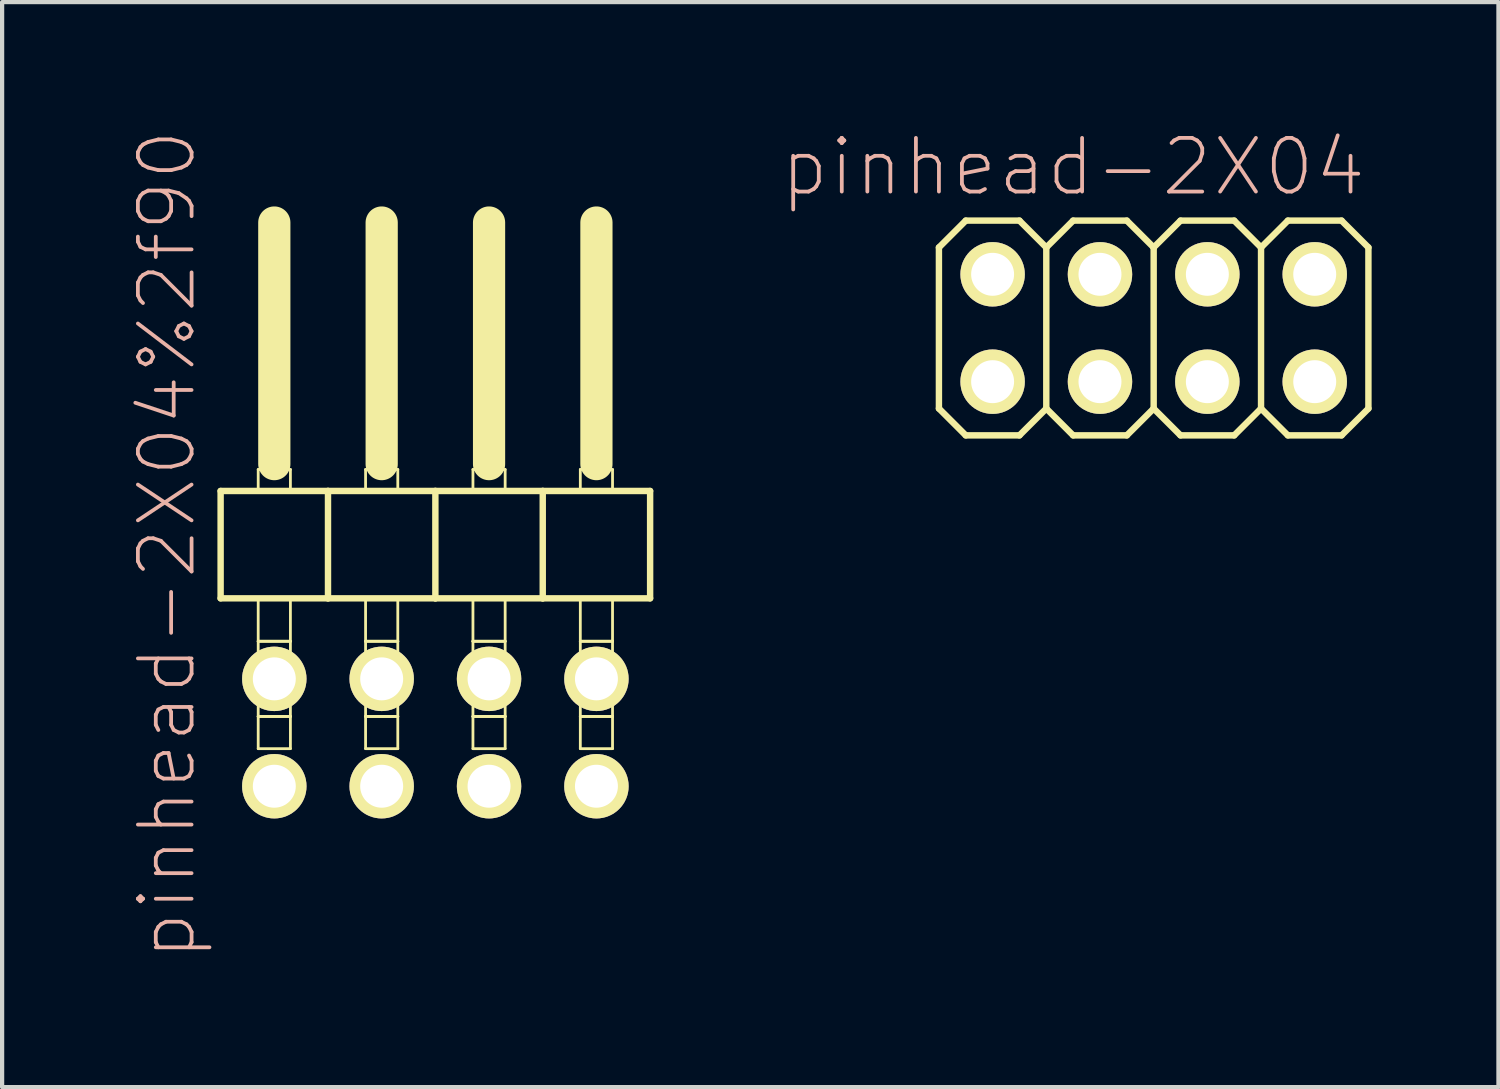
<source format=kicad_pcb>
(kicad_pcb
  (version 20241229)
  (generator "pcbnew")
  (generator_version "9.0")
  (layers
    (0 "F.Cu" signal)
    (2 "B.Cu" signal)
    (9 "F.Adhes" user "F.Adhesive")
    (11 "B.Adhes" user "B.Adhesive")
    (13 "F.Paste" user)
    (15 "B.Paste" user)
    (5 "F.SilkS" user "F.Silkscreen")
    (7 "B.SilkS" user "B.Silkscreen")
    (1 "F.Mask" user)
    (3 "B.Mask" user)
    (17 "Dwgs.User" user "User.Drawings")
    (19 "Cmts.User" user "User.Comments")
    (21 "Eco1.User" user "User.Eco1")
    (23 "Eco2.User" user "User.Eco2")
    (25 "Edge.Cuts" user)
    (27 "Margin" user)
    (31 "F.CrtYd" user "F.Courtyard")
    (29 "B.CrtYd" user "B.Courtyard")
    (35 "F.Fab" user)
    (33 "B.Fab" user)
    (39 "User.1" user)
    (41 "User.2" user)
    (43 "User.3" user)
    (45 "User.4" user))
  (footprint "pinhead-2X04"
    (layer "F.Cu")
    (at 24.241 4.709)
    (property "Reference" "pinhead-2X04" (at -1.905 -3.81 0) (layer "B.SilkS") (effects (font (size 1.27 1.27) (thickness 0.089))))
    (attr exclude_from_pos_files exclude_from_bom)
    (fp_line (start -5.08 -1.905) (end -4.445 -2.54) (stroke (width 0.152) (type solid)) (layer "F.SilkS"))
    (fp_line (start -5.08 1.905) (end -5.08 -1.905) (stroke (width 0.152) (type solid)) (layer "F.SilkS"))
    (fp_line (start -5.08 1.905) (end -4.445 2.54) (stroke (width 0.152) (type solid)) (layer "F.SilkS"))
    (fp_line (start -4.445 -2.54) (end -3.175 -2.54) (stroke (width 0.152) (type solid)) (layer "F.SilkS"))
    (fp_line (start -4.445 2.54) (end -3.175 2.54) (stroke (width 0.152) (type solid)) (layer "F.SilkS"))
    (fp_line (start -4.064 -1.524) (end -3.556 -1.524) (stroke (width 0.066) (type solid)) (layer "F.SilkS"))
    (fp_line (start -4.064 -1.016) (end -4.064 -1.524) (stroke (width 0.066) (type solid)) (layer "F.SilkS"))
    (fp_line (start -4.064 -1.016) (end -3.556 -1.016) (stroke (width 0.066) (type solid)) (layer "F.SilkS"))
    (fp_line (start -4.064 1.016) (end -3.556 1.016) (stroke (width 0.066) (type solid)) (layer "F.SilkS"))
    (fp_line (start -4.064 1.524) (end -4.064 1.016) (stroke (width 0.066) (type solid)) (layer "F.SilkS"))
    (fp_line (start -4.064 1.524) (end -3.556 1.524) (stroke (width 0.066) (type solid)) (layer "F.SilkS"))
    (fp_line (start -3.556 -1.016) (end -3.556 -1.524) (stroke (width 0.066) (type solid)) (layer "F.SilkS"))
    (fp_line (start -3.556 1.524) (end -3.556 1.016) (stroke (width 0.066) (type solid)) (layer "F.SilkS"))
    (fp_line (start -3.175 -2.54) (end -2.54 -1.905) (stroke (width 0.152) (type solid)) (layer "F.SilkS"))
    (fp_line (start -3.175 2.54) (end -2.54 1.905) (stroke (width 0.152) (type solid)) (layer "F.SilkS"))
    (fp_line (start -2.54 -1.905) (end -2.54 1.905) (stroke (width 0.152) (type solid)) (layer "F.SilkS"))
    (fp_line (start -2.54 -1.905) (end -1.905 -2.54) (stroke (width 0.152) (type solid)) (layer "F.SilkS"))
    (fp_line (start -2.54 1.905) (end -1.905 2.54) (stroke (width 0.152) (type solid)) (layer "F.SilkS"))
    (fp_line (start -1.905 -2.54) (end -0.635 -2.54) (stroke (width 0.152) (type solid)) (layer "F.SilkS"))
    (fp_line (start -1.905 2.54) (end -0.635 2.54) (stroke (width 0.152) (type solid)) (layer "F.SilkS"))
    (fp_line (start -1.524 -1.524) (end -1.016 -1.524) (stroke (width 0.066) (type solid)) (layer "F.SilkS"))
    (fp_line (start -1.524 -1.016) (end -1.524 -1.524) (stroke (width 0.066) (type solid)) (layer "F.SilkS"))
    (fp_line (start -1.524 -1.016) (end -1.016 -1.016) (stroke (width 0.066) (type solid)) (layer "F.SilkS"))
    (fp_line (start -1.524 1.016) (end -1.016 1.016) (stroke (width 0.066) (type solid)) (layer "F.SilkS"))
    (fp_line (start -1.524 1.524) (end -1.524 1.016) (stroke (width 0.066) (type solid)) (layer "F.SilkS"))
    (fp_line (start -1.524 1.524) (end -1.016 1.524) (stroke (width 0.066) (type solid)) (layer "F.SilkS"))
    (fp_line (start -1.016 -1.016) (end -1.016 -1.524) (stroke (width 0.066) (type solid)) (layer "F.SilkS"))
    (fp_line (start -1.016 1.524) (end -1.016 1.016) (stroke (width 0.066) (type solid)) (layer "F.SilkS"))
    (fp_line (start -0.635 -2.54) (end 0 -1.905) (stroke (width 0.152) (type solid)) (layer "F.SilkS"))
    (fp_line (start -0.635 2.54) (end 0 1.905) (stroke (width 0.152) (type solid)) (layer "F.SilkS"))
    (fp_line (start 0 -1.905) (end 0 1.905) (stroke (width 0.152) (type solid)) (layer "F.SilkS"))
    (fp_line (start 0 -1.905) (end 0.635 -2.54) (stroke (width 0.152) (type solid)) (layer "F.SilkS"))
    (fp_line (start 0 1.905) (end 0.635 2.54) (stroke (width 0.152) (type solid)) (layer "F.SilkS"))
    (fp_line (start 0.635 -2.54) (end 1.905 -2.54) (stroke (width 0.152) (type solid)) (layer "F.SilkS"))
    (fp_line (start 0.635 2.54) (end 1.905 2.54) (stroke (width 0.152) (type solid)) (layer "F.SilkS"))
    (fp_line (start 1.016 -1.524) (end 1.524 -1.524) (stroke (width 0.066) (type solid)) (layer "F.SilkS"))
    (fp_line (start 1.016 -1.016) (end 1.016 -1.524) (stroke (width 0.066) (type solid)) (layer "F.SilkS"))
    (fp_line (start 1.016 -1.016) (end 1.524 -1.016) (stroke (width 0.066) (type solid)) (layer "F.SilkS"))
    (fp_line (start 1.016 1.016) (end 1.524 1.016) (stroke (width 0.066) (type solid)) (layer "F.SilkS"))
    (fp_line (start 1.016 1.524) (end 1.016 1.016) (stroke (width 0.066) (type solid)) (layer "F.SilkS"))
    (fp_line (start 1.016 1.524) (end 1.524 1.524) (stroke (width 0.066) (type solid)) (layer "F.SilkS"))
    (fp_line (start 1.524 -1.016) (end 1.524 -1.524) (stroke (width 0.066) (type solid)) (layer "F.SilkS"))
    (fp_line (start 1.524 1.524) (end 1.524 1.016) (stroke (width 0.066) (type solid)) (layer "F.SilkS"))
    (fp_line (start 1.905 -2.54) (end 2.54 -1.905) (stroke (width 0.152) (type solid)) (layer "F.SilkS"))
    (fp_line (start 1.905 2.54) (end 2.54 1.905) (stroke (width 0.152) (type solid)) (layer "F.SilkS"))
    (fp_line (start 2.54 -1.905) (end 2.54 1.905) (stroke (width 0.152) (type solid)) (layer "F.SilkS"))
    (fp_line (start 2.54 -1.905) (end 3.175 -2.54) (stroke (width 0.152) (type solid)) (layer "F.SilkS"))
    (fp_line (start 2.54 1.905) (end 3.175 2.54) (stroke (width 0.152) (type solid)) (layer "F.SilkS"))
    (fp_line (start 3.175 -2.54) (end 4.445 -2.54) (stroke (width 0.152) (type solid)) (layer "F.SilkS"))
    (fp_line (start 3.175 2.54) (end 4.445 2.54) (stroke (width 0.152) (type solid)) (layer "F.SilkS"))
    (fp_line (start 3.556 -1.524) (end 4.064 -1.524) (stroke (width 0.066) (type solid)) (layer "F.SilkS"))
    (fp_line (start 3.556 -1.016) (end 3.556 -1.524) (stroke (width 0.066) (type solid)) (layer "F.SilkS"))
    (fp_line (start 3.556 -1.016) (end 4.064 -1.016) (stroke (width 0.066) (type solid)) (layer "F.SilkS"))
    (fp_line (start 3.556 1.016) (end 4.064 1.016) (stroke (width 0.066) (type solid)) (layer "F.SilkS"))
    (fp_line (start 3.556 1.524) (end 3.556 1.016) (stroke (width 0.066) (type solid)) (layer "F.SilkS"))
    (fp_line (start 3.556 1.524) (end 4.064 1.524) (stroke (width 0.066) (type solid)) (layer "F.SilkS"))
    (fp_line (start 4.064 -1.016) (end 4.064 -1.524) (stroke (width 0.066) (type solid)) (layer "F.SilkS"))
    (fp_line (start 4.064 1.524) (end 4.064 1.016) (stroke (width 0.066) (type solid)) (layer "F.SilkS"))
    (fp_line (start 4.445 -2.54) (end 5.08 -1.905) (stroke (width 0.152) (type solid)) (layer "F.SilkS"))
    (fp_line (start 4.445 2.54) (end 5.08 1.905) (stroke (width 0.152) (type solid)) (layer "F.SilkS"))
    (fp_line (start 5.08 -1.905) (end 5.08 1.905) (stroke (width 0.152) (type solid)) (layer "F.SilkS"))
    (pad "1" thru_hole circle (at -3.81 1.27) (size 1.524 1.524) (drill 1.016) (layers "*.Cu" "F.Mask" "F.SilkS" "F.Paste"))
    (pad "2" thru_hole circle (at -3.81 -1.27) (size 1.524 1.524) (drill 1.016) (layers "*.Cu" "F.Mask" "F.SilkS" "F.Paste"))
    (pad "3" thru_hole circle (at -1.27 1.27) (size 1.524 1.524) (drill 1.016) (layers "*.Cu" "F.Mask" "F.SilkS" "F.Paste"))
    (pad "4" thru_hole circle (at -1.27 -1.27) (size 1.524 1.524) (drill 1.016) (layers "*.Cu" "F.Mask" "F.SilkS" "F.Paste"))
    (pad "5" thru_hole circle (at 1.27 1.27) (size 1.524 1.524) (drill 1.016) (layers "*.Cu" "F.Mask" "F.SilkS" "F.Paste"))
    (pad "6" thru_hole circle (at 1.27 -1.27) (size 1.524 1.524) (drill 1.016) (layers "*.Cu" "F.Mask" "F.SilkS" "F.Paste"))
    (pad "7" thru_hole circle (at 3.81 1.27) (size 1.524 1.524) (drill 1.016) (layers "*.Cu" "F.Mask" "F.SilkS" "F.Paste"))
    (pad "8" thru_hole circle (at 3.81 -1.27) (size 1.524 1.524) (drill 1.016) (layers "*.Cu" "F.Mask" "F.SilkS" "F.Paste")))
  (footprint "pinhead-2X04%2f90"
    (layer "F.Cu")
    (at 7.249 9.199)
    (property "Reference" "pinhead-2X04%2f90" (at -6.35 0.635 90) (layer "B.SilkS") (effects (font (size 1.27 1.27) (thickness 0.089))))
    (attr exclude_from_pos_files exclude_from_bom)
    (fp_line (start -5.08 -0.635) (end -5.08 1.905) (stroke (width 0.152) (type solid)) (layer "F.SilkS"))
    (fp_line (start -5.08 1.905) (end -2.54 1.905) (stroke (width 0.152) (type solid)) (layer "F.SilkS"))
    (fp_line (start -4.191 -1.143) (end -3.429 -1.143) (stroke (width 0.066) (type solid)) (layer "F.SilkS"))
    (fp_line (start -4.191 -0.635) (end -4.191 -1.143) (stroke (width 0.066) (type solid)) (layer "F.SilkS"))
    (fp_line (start -4.191 -0.635) (end -3.429 -0.635) (stroke (width 0.066) (type solid)) (layer "F.SilkS"))
    (fp_line (start -4.191 1.905) (end -3.429 1.905) (stroke (width 0.066) (type solid)) (layer "F.SilkS"))
    (fp_line (start -4.191 2.921) (end -4.191 1.905) (stroke (width 0.066) (type solid)) (layer "F.SilkS"))
    (fp_line (start -4.191 2.921) (end -3.429 2.921) (stroke (width 0.066) (type solid)) (layer "F.SilkS"))
    (fp_line (start -4.191 2.921) (end -3.429 2.921) (stroke (width 0.066) (type solid)) (layer "F.SilkS"))
    (fp_line (start -4.191 4.699) (end -4.191 2.921) (stroke (width 0.066) (type solid)) (layer "F.SilkS"))
    (fp_line (start -4.191 4.699) (end -3.429 4.699) (stroke (width 0.066) (type solid)) (layer "F.SilkS"))
    (fp_line (start -4.191 4.699) (end -3.429 4.699) (stroke (width 0.066) (type solid)) (layer "F.SilkS"))
    (fp_line (start -4.191 5.461) (end -4.191 4.699) (stroke (width 0.066) (type solid)) (layer "F.SilkS"))
    (fp_line (start -4.191 5.461) (end -3.429 5.461) (stroke (width 0.066) (type solid)) (layer "F.SilkS"))
    (fp_line (start -3.81 -6.985) (end -3.81 -1.27) (stroke (width 0.762) (type solid)) (layer "F.SilkS"))
    (fp_line (start -3.429 -0.635) (end -3.429 -1.143) (stroke (width 0.066) (type solid)) (layer "F.SilkS"))
    (fp_line (start -3.429 2.921) (end -3.429 1.905) (stroke (width 0.066) (type solid)) (layer "F.SilkS"))
    (fp_line (start -3.429 4.699) (end -3.429 2.921) (stroke (width 0.066) (type solid)) (layer "F.SilkS"))
    (fp_line (start -3.429 5.461) (end -3.429 4.699) (stroke (width 0.066) (type solid)) (layer "F.SilkS"))
    (fp_line (start -2.54 -0.635) (end -5.08 -0.635) (stroke (width 0.152) (type solid)) (layer "F.SilkS"))
    (fp_line (start -2.54 1.905) (end -2.54 -0.635) (stroke (width 0.152) (type solid)) (layer "F.SilkS"))
    (fp_line (start -2.54 1.905) (end 0 1.905) (stroke (width 0.152) (type solid)) (layer "F.SilkS"))
    (fp_line (start -1.651 -1.143) (end -0.889 -1.143) (stroke (width 0.066) (type solid)) (layer "F.SilkS"))
    (fp_line (start -1.651 -0.635) (end -1.651 -1.143) (stroke (width 0.066) (type solid)) (layer "F.SilkS"))
    (fp_line (start -1.651 -0.635) (end -0.889 -0.635) (stroke (width 0.066) (type solid)) (layer "F.SilkS"))
    (fp_line (start -1.651 1.905) (end -0.889 1.905) (stroke (width 0.066) (type solid)) (layer "F.SilkS"))
    (fp_line (start -1.651 2.921) (end -1.651 1.905) (stroke (width 0.066) (type solid)) (layer "F.SilkS"))
    (fp_line (start -1.651 2.921) (end -0.889 2.921) (stroke (width 0.066) (type solid)) (layer "F.SilkS"))
    (fp_line (start -1.651 2.921) (end -0.889 2.921) (stroke (width 0.066) (type solid)) (layer "F.SilkS"))
    (fp_line (start -1.651 4.699) (end -1.651 2.921) (stroke (width 0.066) (type solid)) (layer "F.SilkS"))
    (fp_line (start -1.651 4.699) (end -0.889 4.699) (stroke (width 0.066) (type solid)) (layer "F.SilkS"))
    (fp_line (start -1.651 4.699) (end -0.889 4.699) (stroke (width 0.066) (type solid)) (layer "F.SilkS"))
    (fp_line (start -1.651 5.461) (end -1.651 4.699) (stroke (width 0.066) (type solid)) (layer "F.SilkS"))
    (fp_line (start -1.651 5.461) (end -0.889 5.461) (stroke (width 0.066) (type solid)) (layer "F.SilkS"))
    (fp_line (start -1.27 -6.985) (end -1.27 -1.27) (stroke (width 0.762) (type solid)) (layer "F.SilkS"))
    (fp_line (start -0.889 -0.635) (end -0.889 -1.143) (stroke (width 0.066) (type solid)) (layer "F.SilkS"))
    (fp_line (start -0.889 2.921) (end -0.889 1.905) (stroke (width 0.066) (type solid)) (layer "F.SilkS"))
    (fp_line (start -0.889 4.699) (end -0.889 2.921) (stroke (width 0.066) (type solid)) (layer "F.SilkS"))
    (fp_line (start -0.889 5.461) (end -0.889 4.699) (stroke (width 0.066) (type solid)) (layer "F.SilkS"))
    (fp_line (start 0 -0.635) (end -2.54 -0.635) (stroke (width 0.152) (type solid)) (layer "F.SilkS"))
    (fp_line (start 0 1.905) (end 0 -0.635) (stroke (width 0.152) (type solid)) (layer "F.SilkS"))
    (fp_line (start 0 1.905) (end 2.54 1.905) (stroke (width 0.152) (type solid)) (layer "F.SilkS"))
    (fp_line (start 0.889 -1.143) (end 1.651 -1.143) (stroke (width 0.066) (type solid)) (layer "F.SilkS"))
    (fp_line (start 0.889 -0.635) (end 0.889 -1.143) (stroke (width 0.066) (type solid)) (layer "F.SilkS"))
    (fp_line (start 0.889 -0.635) (end 1.651 -0.635) (stroke (width 0.066) (type solid)) (layer "F.SilkS"))
    (fp_line (start 0.889 1.905) (end 1.651 1.905) (stroke (width 0.066) (type solid)) (layer "F.SilkS"))
    (fp_line (start 0.889 2.921) (end 0.889 1.905) (stroke (width 0.066) (type solid)) (layer "F.SilkS"))
    (fp_line (start 0.889 2.921) (end 1.651 2.921) (stroke (width 0.066) (type solid)) (layer "F.SilkS"))
    (fp_line (start 0.889 2.921) (end 1.651 2.921) (stroke (width 0.066) (type solid)) (layer "F.SilkS"))
    (fp_line (start 0.889 4.699) (end 0.889 2.921) (stroke (width 0.066) (type solid)) (layer "F.SilkS"))
    (fp_line (start 0.889 4.699) (end 1.651 4.699) (stroke (width 0.066) (type solid)) (layer "F.SilkS"))
    (fp_line (start 0.889 4.699) (end 1.651 4.699) (stroke (width 0.066) (type solid)) (layer "F.SilkS"))
    (fp_line (start 0.889 5.461) (end 0.889 4.699) (stroke (width 0.066) (type solid)) (layer "F.SilkS"))
    (fp_line (start 0.889 5.461) (end 1.651 5.461) (stroke (width 0.066) (type solid)) (layer "F.SilkS"))
    (fp_line (start 1.27 -6.985) (end 1.27 -1.27) (stroke (width 0.762) (type solid)) (layer "F.SilkS"))
    (fp_line (start 1.651 -0.635) (end 1.651 -1.143) (stroke (width 0.066) (type solid)) (layer "F.SilkS"))
    (fp_line (start 1.651 2.921) (end 1.651 1.905) (stroke (width 0.066) (type solid)) (layer "F.SilkS"))
    (fp_line (start 1.651 4.699) (end 1.651 2.921) (stroke (width 0.066) (type solid)) (layer "F.SilkS"))
    (fp_line (start 1.651 5.461) (end 1.651 4.699) (stroke (width 0.066) (type solid)) (layer "F.SilkS"))
    (fp_line (start 2.54 -0.635) (end 0 -0.635) (stroke (width 0.152) (type solid)) (layer "F.SilkS"))
    (fp_line (start 2.54 1.905) (end 2.54 -0.635) (stroke (width 0.152) (type solid)) (layer "F.SilkS"))
    (fp_line (start 2.54 1.905) (end 5.08 1.905) (stroke (width 0.152) (type solid)) (layer "F.SilkS"))
    (fp_line (start 3.429 -1.143) (end 4.191 -1.143) (stroke (width 0.066) (type solid)) (layer "F.SilkS"))
    (fp_line (start 3.429 -0.635) (end 3.429 -1.143) (stroke (width 0.066) (type solid)) (layer "F.SilkS"))
    (fp_line (start 3.429 -0.635) (end 4.191 -0.635) (stroke (width 0.066) (type solid)) (layer "F.SilkS"))
    (fp_line (start 3.429 1.905) (end 4.191 1.905) (stroke (width 0.066) (type solid)) (layer "F.SilkS"))
    (fp_line (start 3.429 2.921) (end 3.429 1.905) (stroke (width 0.066) (type solid)) (layer "F.SilkS"))
    (fp_line (start 3.429 2.921) (end 4.191 2.921) (stroke (width 0.066) (type solid)) (layer "F.SilkS"))
    (fp_line (start 3.429 2.921) (end 4.191 2.921) (stroke (width 0.066) (type solid)) (layer "F.SilkS"))
    (fp_line (start 3.429 4.699) (end 3.429 2.921) (stroke (width 0.066) (type solid)) (layer "F.SilkS"))
    (fp_line (start 3.429 4.699) (end 4.191 4.699) (stroke (width 0.066) (type solid)) (layer "F.SilkS"))
    (fp_line (start 3.429 4.699) (end 4.191 4.699) (stroke (width 0.066) (type solid)) (layer "F.SilkS"))
    (fp_line (start 3.429 5.461) (end 3.429 4.699) (stroke (width 0.066) (type solid)) (layer "F.SilkS"))
    (fp_line (start 3.429 5.461) (end 4.191 5.461) (stroke (width 0.066) (type solid)) (layer "F.SilkS"))
    (fp_line (start 3.81 -6.985) (end 3.81 -1.27) (stroke (width 0.762) (type solid)) (layer "F.SilkS"))
    (fp_line (start 4.191 -0.635) (end 4.191 -1.143) (stroke (width 0.066) (type solid)) (layer "F.SilkS"))
    (fp_line (start 4.191 2.921) (end 4.191 1.905) (stroke (width 0.066) (type solid)) (layer "F.SilkS"))
    (fp_line (start 4.191 4.699) (end 4.191 2.921) (stroke (width 0.066) (type solid)) (layer "F.SilkS"))
    (fp_line (start 4.191 5.461) (end 4.191 4.699) (stroke (width 0.066) (type solid)) (layer "F.SilkS"))
    (fp_line (start 5.08 -0.635) (end 2.54 -0.635) (stroke (width 0.152) (type solid)) (layer "F.SilkS"))
    (fp_line (start 5.08 1.905) (end 5.08 -0.635) (stroke (width 0.152) (type solid)) (layer "F.SilkS"))
    (pad "1" thru_hole circle (at -3.81 6.35) (size 1.524 1.524) (drill 1.016) (layers "*.Cu" "F.Mask" "F.SilkS" "F.Paste"))
    (pad "2" thru_hole circle (at -3.81 3.81) (size 1.524 1.524) (drill 1.016) (layers "*.Cu" "F.Mask" "F.SilkS" "F.Paste"))
    (pad "3" thru_hole circle (at -1.27 6.35) (size 1.524 1.524) (drill 1.016) (layers "*.Cu" "F.Mask" "F.SilkS" "F.Paste"))
    (pad "4" thru_hole circle (at -1.27 3.81) (size 1.524 1.524) (drill 1.016) (layers "*.Cu" "F.Mask" "F.SilkS" "F.Paste"))
    (pad "5" thru_hole circle (at 1.27 6.35) (size 1.524 1.524) (drill 1.016) (layers "*.Cu" "F.Mask" "F.SilkS" "F.Paste"))
    (pad "6" thru_hole circle (at 1.27 3.81) (size 1.524 1.524) (drill 1.016) (layers "*.Cu" "F.Mask" "F.SilkS" "F.Paste"))
    (pad "7" thru_hole circle (at 3.81 6.35) (size 1.524 1.524) (drill 1.016) (layers "*.Cu" "F.Mask" "F.SilkS" "F.Paste"))
    (pad "8" thru_hole circle (at 3.81 3.81) (size 1.524 1.524) (drill 1.016) (layers "*.Cu" "F.Mask" "F.SilkS" "F.Paste")))
  (gr_rect
    (start -3 -3)
    (end 32.397 22.667)
    (stroke (width 0.1) (type default))
    (fill no)
    (layer "Edge.Cuts")))
</source>
